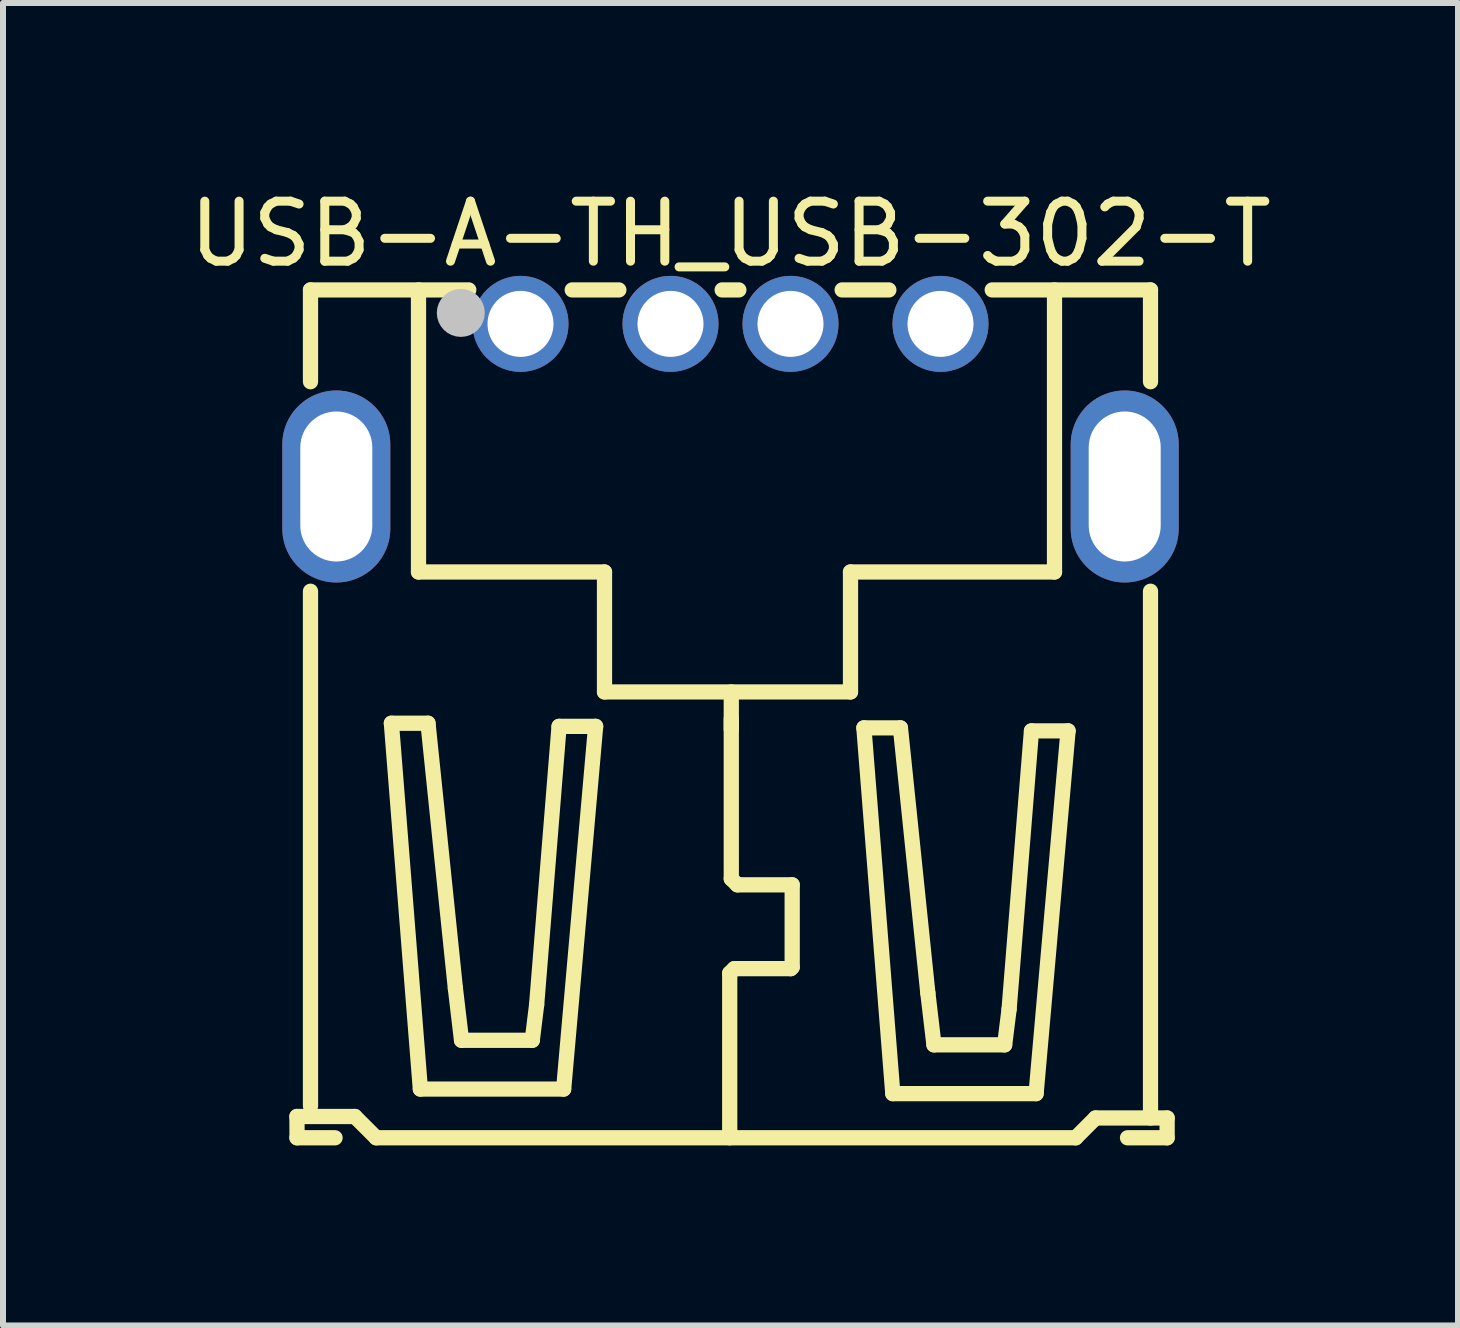
<source format=kicad_pcb>
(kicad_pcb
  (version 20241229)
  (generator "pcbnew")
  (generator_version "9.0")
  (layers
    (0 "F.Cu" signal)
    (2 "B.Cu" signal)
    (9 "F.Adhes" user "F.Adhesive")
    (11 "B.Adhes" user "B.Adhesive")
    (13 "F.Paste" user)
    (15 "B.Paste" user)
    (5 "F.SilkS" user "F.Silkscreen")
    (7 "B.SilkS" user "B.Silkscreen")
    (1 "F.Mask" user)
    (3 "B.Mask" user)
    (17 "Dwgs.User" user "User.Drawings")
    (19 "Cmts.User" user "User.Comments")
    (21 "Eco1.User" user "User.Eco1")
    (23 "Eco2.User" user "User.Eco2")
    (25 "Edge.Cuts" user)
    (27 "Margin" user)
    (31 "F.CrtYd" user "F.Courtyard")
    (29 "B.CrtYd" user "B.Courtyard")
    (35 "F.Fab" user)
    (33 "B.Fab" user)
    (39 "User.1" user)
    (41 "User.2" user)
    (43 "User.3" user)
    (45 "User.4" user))
  (footprint "USB-A-TH_USB-302-T"
    (layer "F.Cu")
    (at 9.125 3.703)
    (property "Reference" "USB-A-TH_USB-302-T" (at 0 -2.855 0) (layer "F.SilkS") (effects (font (size 1 1) (thickness 0.15))))
    (fp_line (start -7.226 11.855) (end -6.261 11.855) (stroke (width 0.254) (type default)) (layer "F.SilkS"))
    (fp_line (start -7.226 12.21) (end -6.591 12.21) (stroke (width 0.254) (type default)) (layer "F.SilkS"))
    (fp_line (start -7.224 12.21) (end -7.226 11.855) (stroke (width 0.254) (type default)) (layer "F.SilkS"))
    (fp_line (start -7 -1.921) (end -4.362 -1.921) (stroke (width 0.254) (type default)) (layer "F.SilkS"))
    (fp_line (start -7 -0.391) (end -7 -1.921) (stroke (width 0.254) (type default)) (layer "F.SilkS"))
    (fp_line (start -7 11.68) (end -7 3.101) (stroke (width 0.254) (type default)) (layer "F.SilkS"))
    (fp_line (start -6.261 11.855) (end -5.905 12.21) (stroke (width 0.254) (type default)) (layer "F.SilkS"))
    (fp_line (start -5.905 12.21) (end 5.753 12.21) (stroke (width 0.254) (type default)) (layer "F.SilkS"))
    (fp_line (start -5.652 5.301) (end -5.169 11.398) (stroke (width 0.254) (type default)) (layer "F.SilkS"))
    (fp_line (start -5.2 -1.921) (end -5.2 2.78) (stroke (width 0.254) (type default)) (layer "F.SilkS"))
    (fp_line (start -5.2 2.78) (end -2.1 2.78) (stroke (width 0.254) (type default)) (layer "F.SilkS"))
    (fp_line (start -5.169 11.398) (end -2.781 11.398) (stroke (width 0.254) (type default)) (layer "F.SilkS"))
    (fp_line (start -5.042 5.301) (end -5.652 5.301) (stroke (width 0.254) (type default)) (layer "F.SilkS"))
    (fp_line (start -4.585 9.722) (end -5.042 5.301) (stroke (width 0.254) (type default)) (layer "F.SilkS"))
    (fp_line (start -4.483 10.585) (end -4.585 9.722) (stroke (width 0.254) (type default)) (layer "F.SilkS"))
    (fp_line (start -3.304 10.585) (end -4.483 10.585) (stroke (width 0.254) (type default)) (layer "F.SilkS"))
    (fp_line (start -3.231 9.991) (end -3.304 10.585) (stroke (width 0.254) (type default)) (layer "F.SilkS"))
    (fp_line (start -2.857 5.353) (end -3.231 9.991) (stroke (width 0.254) (type default)) (layer "F.SilkS"))
    (fp_line (start -2.781 11.398) (end -2.248 5.353) (stroke (width 0.254) (type default)) (layer "F.SilkS"))
    (fp_line (start -2.638 -1.921) (end -1.861 -1.921) (stroke (width 0.254) (type default)) (layer "F.SilkS"))
    (fp_line (start -2.248 5.353) (end -2.857 5.353) (stroke (width 0.254) (type default)) (layer "F.SilkS"))
    (fp_line (start -2.1 2.78) (end -2.1 4.779) (stroke (width 0.254) (type default)) (layer "F.SilkS"))
    (fp_line (start -2.1 4.779) (end 2 4.779) (stroke (width 0.254) (type default)) (layer "F.SilkS"))
    (fp_line (start -0.139 -1.921) (end 0.139 -1.921) (stroke (width 0.254) (type default)) (layer "F.SilkS"))
    (fp_line (start -0.013 9.467) (end -0.013 12.21) (stroke (width 0.254) (type default)) (layer "F.SilkS"))
    (fp_line (start 0.013 5.226) (end 0.013 7.893) (stroke (width 0.254) (type default)) (layer "F.SilkS"))
    (fp_line (start 0.013 5.407) (end 0.013 4.779) (stroke (width 0.254) (type default)) (layer "F.SilkS"))
    (fp_line (start 0.013 7.893) (end 0.115 7.994) (stroke (width 0.254) (type default)) (layer "F.SilkS"))
    (fp_line (start 0.064 9.391) (end -0.013 9.467) (stroke (width 0.254) (type default)) (layer "F.SilkS"))
    (fp_line (start 0.115 7.994) (end 1.028 7.994) (stroke (width 0.254) (type default)) (layer "F.SilkS"))
    (fp_line (start 1.004 9.391) (end 0.064 9.391) (stroke (width 0.254) (type default)) (layer "F.SilkS"))
    (fp_line (start 1.028 7.994) (end 1.028 9.366) (stroke (width 0.254) (type default)) (layer "F.SilkS"))
    (fp_line (start 1.028 9.366) (end 1.004 9.391) (stroke (width 0.254) (type default)) (layer "F.SilkS"))
    (fp_line (start 1.861 -1.921) (end 2.639 -1.921) (stroke (width 0.254) (type default)) (layer "F.SilkS"))
    (fp_line (start 2 2.78) (end 5.4 2.78) (stroke (width 0.254) (type default)) (layer "F.SilkS"))
    (fp_line (start 2 4.779) (end 2 2.78) (stroke (width 0.254) (type default)) (layer "F.SilkS"))
    (fp_line (start 2.223 5.378) (end 2.705 11.474) (stroke (width 0.254) (type default)) (layer "F.SilkS"))
    (fp_line (start 2.705 11.474) (end 5.093 11.474) (stroke (width 0.254) (type default)) (layer "F.SilkS"))
    (fp_line (start 2.832 5.378) (end 2.223 5.378) (stroke (width 0.254) (type default)) (layer "F.SilkS"))
    (fp_line (start 3.289 9.797) (end 2.832 5.378) (stroke (width 0.254) (type default)) (layer "F.SilkS"))
    (fp_line (start 3.391 10.661) (end 3.289 9.797) (stroke (width 0.254) (type default)) (layer "F.SilkS"))
    (fp_line (start 4.362 -1.921) (end 7 -1.921) (stroke (width 0.254) (type default)) (layer "F.SilkS"))
    (fp_line (start 4.569 10.661) (end 3.391 10.661) (stroke (width 0.254) (type default)) (layer "F.SilkS"))
    (fp_line (start 4.643 10.067) (end 4.569 10.661) (stroke (width 0.254) (type default)) (layer "F.SilkS"))
    (fp_line (start 5.016 5.428) (end 4.643 10.067) (stroke (width 0.254) (type default)) (layer "F.SilkS"))
    (fp_line (start 5.093 11.474) (end 5.626 5.428) (stroke (width 0.254) (type default)) (layer "F.SilkS"))
    (fp_line (start 5.4 2.78) (end 5.4 -1.921) (stroke (width 0.254) (type default)) (layer "F.SilkS"))
    (fp_line (start 5.626 5.428) (end 5.016 5.428) (stroke (width 0.254) (type default)) (layer "F.SilkS"))
    (fp_line (start 5.753 12.21) (end 6.083 11.88) (stroke (width 0.254) (type default)) (layer "F.SilkS"))
    (fp_line (start 6.083 11.88) (end 7.277 11.88) (stroke (width 0.254) (type default)) (layer "F.SilkS"))
    (fp_line (start 7 -1.921) (end 7 -0.391) (stroke (width 0.254) (type default)) (layer "F.SilkS"))
    (fp_line (start 7 3.101) (end 7 11.88) (stroke (width 0.254) (type default)) (layer "F.SilkS"))
    (fp_line (start 7.277 11.88) (end 7.277 12.21) (stroke (width 0.254) (type default)) (layer "F.SilkS"))
    (fp_line (start 7.277 12.21) (end 6.617 12.21) (stroke (width 0.254) (type default)) (layer "F.SilkS"))
    (fp_circle (center -4.495 -1.538) (end -4.295 -1.538) (stroke (width 0.4) (type default)) (fill no) (layer "Dwgs.User"))
    (fp_poly (pts (xy -6.37 0.705) (xy -6.37 2.005) (xy -6.77 2.005) (xy -6.77 0.705)) (stroke (width 0.1) (type default)) (fill no) (layer "User.1"))
    (fp_poly (pts (xy -3.85 -1.255) (xy -3.85 -1.455) (xy -3.15 -1.455) (xy -3.15 -1.255)) (stroke (width 0.1) (type default)) (fill no) (layer "User.1"))
    (fp_poly (pts (xy -1.35 -1.255) (xy -1.35 -1.455) (xy -0.65 -1.455) (xy -0.65 -1.255)) (stroke (width 0.1) (type default)) (fill no) (layer "User.1"))
    (fp_poly (pts (xy 0.65 -1.255) (xy 0.65 -1.455) (xy 1.35 -1.455) (xy 1.35 -1.255)) (stroke (width 0.1) (type default)) (fill no) (layer "User.1"))
    (fp_poly (pts (xy 3.15 -1.255) (xy 3.15 -1.455) (xy 3.85 -1.455) (xy 3.85 -1.255)) (stroke (width 0.1) (type default)) (fill no) (layer "User.1"))
    (fp_poly (pts (xy 6.37 2.005) (xy 6.37 0.705) (xy 6.77 0.705) (xy 6.77 2.005)) (stroke (width 0.1) (type default)) (fill no) (layer "User.1"))
    (fp_line (start -7 -1.881) (end 7 -1.881) (stroke (width 0.051) (type default)) (layer "User.2"))
    (fp_line (start -7 12.12) (end -7 -1.881) (stroke (width 0.051) (type default)) (layer "User.2"))
    (fp_line (start 7 -1.881) (end 7 12.12) (stroke (width 0.051) (type default)) (layer "User.2"))
    (fp_line (start 7 12.12) (end -7 12.12) (stroke (width 0.051) (type default)) (layer "User.2"))
    (fp_poly (pts (xy -6.982 -1.903) (xy -7.015 -1.936) (xy -7.06 -1.936) (xy -7.093 -1.903) (xy -7.093 -1.858) (xy -7.06 -1.825) (xy -7.015 -1.825) (xy -6.982 -1.858)) (stroke (width 0.1) (type default)) (fill no) (layer "User.3"))
    (pad "1" thru_hole circle (at -3.5 -1.355) (size 1.6 1.6) (drill 1.1) (layers "*.Cu" "*.Mask"))
    (pad "2" thru_hole circle (at -1 -1.355) (size 1.6 1.6) (drill 1.1) (layers "*.Cu" "*.Mask"))
    (pad "3" thru_hole circle (at 1 -1.355) (size 1.6 1.6) (drill 1.1) (layers "*.Cu" "*.Mask"))
    (pad "4" thru_hole circle (at 3.5 -1.355) (size 1.6 1.6) (drill 1.1) (layers "*.Cu" "*.Mask"))
    (pad "5" thru_hole oval (at -6.57 1.355 90) (size 3.2 1.8) (drill oval 2.5 1.2) (layers "*.Cu" "*.Mask"))
    (pad "6" thru_hole oval (at 6.57 1.355 270) (size 3.2 1.8) (drill oval 2.5 1.2) (layers "*.Cu" "*.Mask")))
  (gr_rect
    (start -3 -3)
    (end 21.25 19.041)
    (stroke (width 0.1) (type default))
    (fill no)
    (layer "Edge.Cuts")))
</source>
